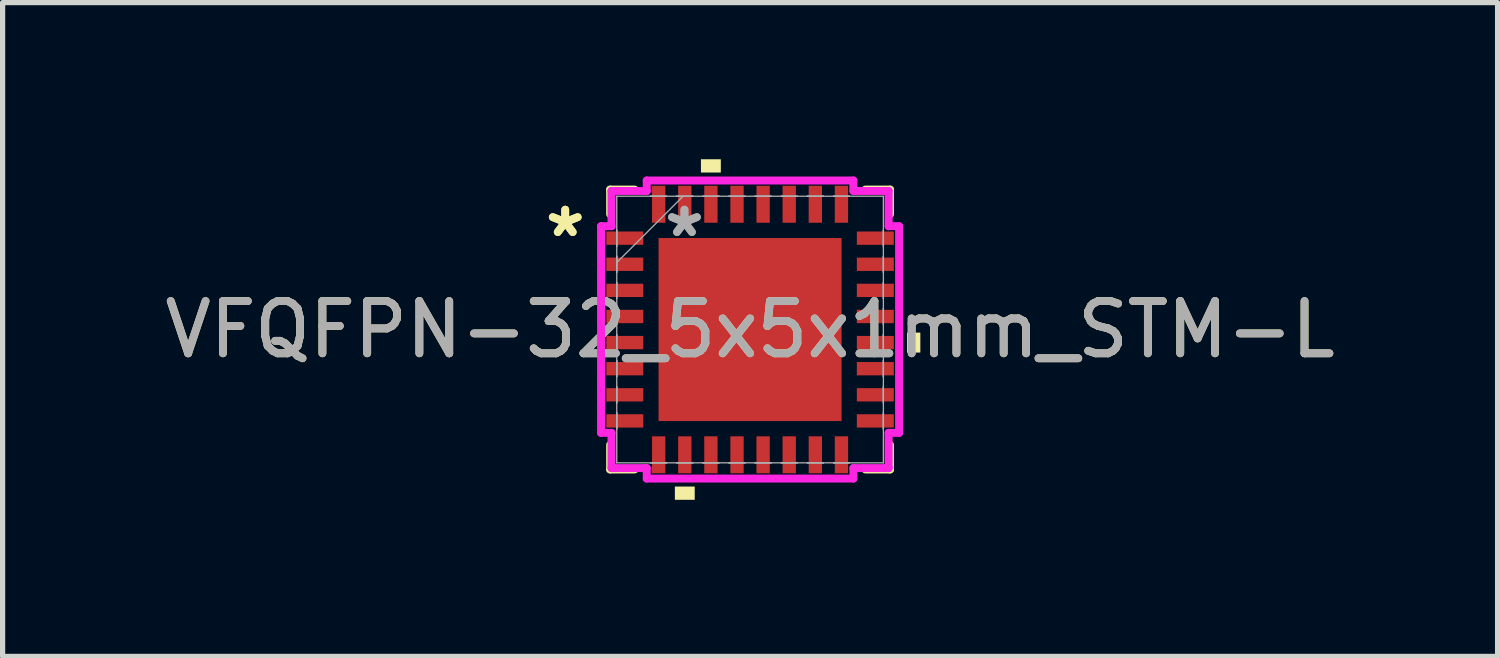
<source format=kicad_pcb>
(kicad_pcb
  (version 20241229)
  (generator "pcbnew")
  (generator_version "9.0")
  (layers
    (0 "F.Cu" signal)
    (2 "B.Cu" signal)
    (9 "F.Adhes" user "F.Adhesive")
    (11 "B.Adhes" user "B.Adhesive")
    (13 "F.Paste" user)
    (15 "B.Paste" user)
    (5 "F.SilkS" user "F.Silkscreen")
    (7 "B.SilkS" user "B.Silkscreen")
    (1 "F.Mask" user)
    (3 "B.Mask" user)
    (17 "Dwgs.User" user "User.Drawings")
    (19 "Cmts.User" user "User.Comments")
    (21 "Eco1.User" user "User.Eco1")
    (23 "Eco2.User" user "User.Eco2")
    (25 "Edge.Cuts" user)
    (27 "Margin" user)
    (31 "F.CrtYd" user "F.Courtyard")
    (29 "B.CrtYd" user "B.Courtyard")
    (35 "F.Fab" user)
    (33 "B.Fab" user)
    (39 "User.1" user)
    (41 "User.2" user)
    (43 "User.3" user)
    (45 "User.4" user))
  (footprint "VFQFPN-32_5x5x1mm_STM-L"
    (layer "F.Cu")
    (at 11.315 3.261)
    (property "Reference" "VFQFPN-32_5x5x1mm_STM-L" (at 0 0 0) (unlocked yes) (layer "F.SilkS") (effects (font (size 1 1) (thickness 0.15))))
    (attr smd)
    (fp_line (start -2.68 -2.68) (end -2.68 -2.21) (stroke (width 0.152) (type solid)) (layer "F.SilkS"))
    (fp_line (start -2.68 2.21) (end -2.68 2.68) (stroke (width 0.152) (type solid)) (layer "F.SilkS"))
    (fp_line (start -2.68 2.68) (end -2.21 2.68) (stroke (width 0.152) (type solid)) (layer "F.SilkS"))
    (fp_line (start -2.21 -2.68) (end -2.68 -2.68) (stroke (width 0.152) (type solid)) (layer "F.SilkS"))
    (fp_line (start 2.21 2.68) (end 2.68 2.68) (stroke (width 0.152) (type solid)) (layer "F.SilkS"))
    (fp_line (start 2.68 -2.68) (end 2.21 -2.68) (stroke (width 0.152) (type solid)) (layer "F.SilkS"))
    (fp_line (start 2.68 -2.21) (end 2.68 -2.68) (stroke (width 0.152) (type solid)) (layer "F.SilkS"))
    (fp_line (start 2.68 2.68) (end 2.68 2.21) (stroke (width 0.152) (type solid)) (layer "F.SilkS"))
    (fp_poly (pts (xy -1.44 3.007) (xy -1.44 3.261) (xy -1.06 3.261) (xy -1.06 3.007)) (stroke (width 0) (type solid)) (fill yes) (layer "F.SilkS"))
    (fp_poly (pts (xy -0.941 -3.007) (xy -0.941 -3.261) (xy -0.56 -3.261) (xy -0.56 -3.007)) (stroke (width 0) (type solid)) (fill yes) (layer "F.SilkS"))
    (fp_poly (pts (xy 3.261 0.059) (xy 3.261 0.441) (xy 3.007 0.441) (xy 3.007 0.059)) (stroke (width 0) (type solid)) (fill yes) (layer "F.SilkS"))
    (fp_line (start -2.854 -1.979) (end -2.654 -1.979) (stroke (width 0.152) (type solid)) (layer "F.CrtYd"))
    (fp_line (start -2.854 1.979) (end -2.854 -1.979) (stroke (width 0.152) (type solid)) (layer "F.CrtYd"))
    (fp_line (start -2.654 -2.654) (end -1.979 -2.654) (stroke (width 0.152) (type solid)) (layer "F.CrtYd"))
    (fp_line (start -2.654 -1.979) (end -2.654 -2.654) (stroke (width 0.152) (type solid)) (layer "F.CrtYd"))
    (fp_line (start -2.654 1.979) (end -2.854 1.979) (stroke (width 0.152) (type solid)) (layer "F.CrtYd"))
    (fp_line (start -2.654 2.654) (end -2.654 1.979) (stroke (width 0.152) (type solid)) (layer "F.CrtYd"))
    (fp_line (start -1.979 -2.854) (end 1.979 -2.854) (stroke (width 0.152) (type solid)) (layer "F.CrtYd"))
    (fp_line (start -1.979 -2.654) (end -1.979 -2.854) (stroke (width 0.152) (type solid)) (layer "F.CrtYd"))
    (fp_line (start -1.979 2.654) (end -2.654 2.654) (stroke (width 0.152) (type solid)) (layer "F.CrtYd"))
    (fp_line (start -1.979 2.854) (end -1.979 2.654) (stroke (width 0.152) (type solid)) (layer "F.CrtYd"))
    (fp_line (start 1.979 -2.854) (end 1.979 -2.654) (stroke (width 0.152) (type solid)) (layer "F.CrtYd"))
    (fp_line (start 1.979 -2.654) (end 2.654 -2.654) (stroke (width 0.152) (type solid)) (layer "F.CrtYd"))
    (fp_line (start 1.979 2.654) (end 1.979 2.854) (stroke (width 0.152) (type solid)) (layer "F.CrtYd"))
    (fp_line (start 1.979 2.854) (end -1.979 2.854) (stroke (width 0.152) (type solid)) (layer "F.CrtYd"))
    (fp_line (start 2.654 -2.654) (end 2.654 -1.979) (stroke (width 0.152) (type solid)) (layer "F.CrtYd"))
    (fp_line (start 2.654 -1.979) (end 2.854 -1.979) (stroke (width 0.152) (type solid)) (layer "F.CrtYd"))
    (fp_line (start 2.654 1.979) (end 2.654 2.654) (stroke (width 0.152) (type solid)) (layer "F.CrtYd"))
    (fp_line (start 2.654 2.654) (end 1.979 2.654) (stroke (width 0.152) (type solid)) (layer "F.CrtYd"))
    (fp_line (start 2.854 -1.979) (end 2.854 1.979) (stroke (width 0.152) (type solid)) (layer "F.CrtYd"))
    (fp_line (start 2.854 1.979) (end 2.654 1.979) (stroke (width 0.152) (type solid)) (layer "F.CrtYd"))
    (fp_line (start -2.553 -2.553) (end -2.553 2.553) (stroke (width 0.025) (type solid)) (layer "F.Fab"))
    (fp_line (start -2.553 -1.902) (end -2.553 -1.902) (stroke (width 0.025) (type solid)) (layer "F.Fab"))
    (fp_line (start -2.553 -1.902) (end -2.553 -1.598) (stroke (width 0.025) (type solid)) (layer "F.Fab"))
    (fp_line (start -2.553 -1.598) (end -2.553 -1.902) (stroke (width 0.025) (type solid)) (layer "F.Fab"))
    (fp_line (start -2.553 -1.598) (end -2.553 -1.598) (stroke (width 0.025) (type solid)) (layer "F.Fab"))
    (fp_line (start -2.553 -1.402) (end -2.553 -1.402) (stroke (width 0.025) (type solid)) (layer "F.Fab"))
    (fp_line (start -2.553 -1.402) (end -2.553 -1.098) (stroke (width 0.025) (type solid)) (layer "F.Fab"))
    (fp_line (start -2.553 -1.283) (end -1.283 -2.553) (stroke (width 0.025) (type solid)) (layer "F.Fab"))
    (fp_line (start -2.553 -1.098) (end -2.553 -1.402) (stroke (width 0.025) (type solid)) (layer "F.Fab"))
    (fp_line (start -2.553 -1.098) (end -2.553 -1.098) (stroke (width 0.025) (type solid)) (layer "F.Fab"))
    (fp_line (start -2.553 -0.902) (end -2.553 -0.902) (stroke (width 0.025) (type solid)) (layer "F.Fab"))
    (fp_line (start -2.553 -0.902) (end -2.553 -0.598) (stroke (width 0.025) (type solid)) (layer "F.Fab"))
    (fp_line (start -2.553 -0.598) (end -2.553 -0.902) (stroke (width 0.025) (type solid)) (layer "F.Fab"))
    (fp_line (start -2.553 -0.598) (end -2.553 -0.598) (stroke (width 0.025) (type solid)) (layer "F.Fab"))
    (fp_line (start -2.553 -0.402) (end -2.553 -0.402) (stroke (width 0.025) (type solid)) (layer "F.Fab"))
    (fp_line (start -2.553 -0.402) (end -2.553 -0.098) (stroke (width 0.025) (type solid)) (layer "F.Fab"))
    (fp_line (start -2.553 -0.098) (end -2.553 -0.402) (stroke (width 0.025) (type solid)) (layer "F.Fab"))
    (fp_line (start -2.553 -0.098) (end -2.553 -0.098) (stroke (width 0.025) (type solid)) (layer "F.Fab"))
    (fp_line (start -2.553 0.098) (end -2.553 0.098) (stroke (width 0.025) (type solid)) (layer "F.Fab"))
    (fp_line (start -2.553 0.098) (end -2.553 0.402) (stroke (width 0.025) (type solid)) (layer "F.Fab"))
    (fp_line (start -2.553 0.402) (end -2.553 0.098) (stroke (width 0.025) (type solid)) (layer "F.Fab"))
    (fp_line (start -2.553 0.402) (end -2.553 0.402) (stroke (width 0.025) (type solid)) (layer "F.Fab"))
    (fp_line (start -2.553 0.598) (end -2.553 0.598) (stroke (width 0.025) (type solid)) (layer "F.Fab"))
    (fp_line (start -2.553 0.598) (end -2.553 0.902) (stroke (width 0.025) (type solid)) (layer "F.Fab"))
    (fp_line (start -2.553 0.902) (end -2.553 0.598) (stroke (width 0.025) (type solid)) (layer "F.Fab"))
    (fp_line (start -2.553 0.902) (end -2.553 0.902) (stroke (width 0.025) (type solid)) (layer "F.Fab"))
    (fp_line (start -2.553 1.098) (end -2.553 1.098) (stroke (width 0.025) (type solid)) (layer "F.Fab"))
    (fp_line (start -2.553 1.098) (end -2.553 1.402) (stroke (width 0.025) (type solid)) (layer "F.Fab"))
    (fp_line (start -2.553 1.402) (end -2.553 1.098) (stroke (width 0.025) (type solid)) (layer "F.Fab"))
    (fp_line (start -2.553 1.402) (end -2.553 1.402) (stroke (width 0.025) (type solid)) (layer "F.Fab"))
    (fp_line (start -2.553 1.598) (end -2.553 1.598) (stroke (width 0.025) (type solid)) (layer "F.Fab"))
    (fp_line (start -2.553 1.598) (end -2.553 1.902) (stroke (width 0.025) (type solid)) (layer "F.Fab"))
    (fp_line (start -2.553 1.902) (end -2.553 1.598) (stroke (width 0.025) (type solid)) (layer "F.Fab"))
    (fp_line (start -2.553 1.902) (end -2.553 1.902) (stroke (width 0.025) (type solid)) (layer "F.Fab"))
    (fp_line (start -2.553 2.553) (end 2.553 2.553) (stroke (width 0.025) (type solid)) (layer "F.Fab"))
    (fp_line (start -1.902 -2.553) (end -1.902 -2.553) (stroke (width 0.025) (type solid)) (layer "F.Fab"))
    (fp_line (start -1.902 -2.553) (end -1.598 -2.553) (stroke (width 0.025) (type solid)) (layer "F.Fab"))
    (fp_line (start -1.902 2.553) (end -1.902 2.553) (stroke (width 0.025) (type solid)) (layer "F.Fab"))
    (fp_line (start -1.902 2.553) (end -1.598 2.553) (stroke (width 0.025) (type solid)) (layer "F.Fab"))
    (fp_line (start -1.598 -2.553) (end -1.902 -2.553) (stroke (width 0.025) (type solid)) (layer "F.Fab"))
    (fp_line (start -1.598 -2.553) (end -1.598 -2.553) (stroke (width 0.025) (type solid)) (layer "F.Fab"))
    (fp_line (start -1.598 2.553) (end -1.902 2.553) (stroke (width 0.025) (type solid)) (layer "F.Fab"))
    (fp_line (start -1.598 2.553) (end -1.598 2.553) (stroke (width 0.025) (type solid)) (layer "F.Fab"))
    (fp_line (start -1.402 -2.553) (end -1.402 -2.553) (stroke (width 0.025) (type solid)) (layer "F.Fab"))
    (fp_line (start -1.402 -2.553) (end -1.098 -2.553) (stroke (width 0.025) (type solid)) (layer "F.Fab"))
    (fp_line (start -1.402 2.553) (end -1.402 2.553) (stroke (width 0.025) (type solid)) (layer "F.Fab"))
    (fp_line (start -1.402 2.553) (end -1.098 2.553) (stroke (width 0.025) (type solid)) (layer "F.Fab"))
    (fp_line (start -1.098 -2.553) (end -1.402 -2.553) (stroke (width 0.025) (type solid)) (layer "F.Fab"))
    (fp_line (start -1.098 -2.553) (end -1.098 -2.553) (stroke (width 0.025) (type solid)) (layer "F.Fab"))
    (fp_line (start -1.098 2.553) (end -1.402 2.553) (stroke (width 0.025) (type solid)) (layer "F.Fab"))
    (fp_line (start -1.098 2.553) (end -1.098 2.553) (stroke (width 0.025) (type solid)) (layer "F.Fab"))
    (fp_line (start -0.902 -2.553) (end -0.902 -2.553) (stroke (width 0.025) (type solid)) (layer "F.Fab"))
    (fp_line (start -0.902 -2.553) (end -0.598 -2.553) (stroke (width 0.025) (type solid)) (layer "F.Fab"))
    (fp_line (start -0.902 2.553) (end -0.902 2.553) (stroke (width 0.025) (type solid)) (layer "F.Fab"))
    (fp_line (start -0.902 2.553) (end -0.598 2.553) (stroke (width 0.025) (type solid)) (layer "F.Fab"))
    (fp_line (start -0.598 -2.553) (end -0.902 -2.553) (stroke (width 0.025) (type solid)) (layer "F.Fab"))
    (fp_line (start -0.598 -2.553) (end -0.598 -2.553) (stroke (width 0.025) (type solid)) (layer "F.Fab"))
    (fp_line (start -0.598 2.553) (end -0.902 2.553) (stroke (width 0.025) (type solid)) (layer "F.Fab"))
    (fp_line (start -0.598 2.553) (end -0.598 2.553) (stroke (width 0.025) (type solid)) (layer "F.Fab"))
    (fp_line (start -0.402 -2.553) (end -0.402 -2.553) (stroke (width 0.025) (type solid)) (layer "F.Fab"))
    (fp_line (start -0.402 -2.553) (end -0.098 -2.553) (stroke (width 0.025) (type solid)) (layer "F.Fab"))
    (fp_line (start -0.402 2.553) (end -0.402 2.553) (stroke (width 0.025) (type solid)) (layer "F.Fab"))
    (fp_line (start -0.402 2.553) (end -0.098 2.553) (stroke (width 0.025) (type solid)) (layer "F.Fab"))
    (fp_line (start -0.098 -2.553) (end -0.402 -2.553) (stroke (width 0.025) (type solid)) (layer "F.Fab"))
    (fp_line (start -0.098 -2.553) (end -0.098 -2.553) (stroke (width 0.025) (type solid)) (layer "F.Fab"))
    (fp_line (start -0.098 2.553) (end -0.402 2.553) (stroke (width 0.025) (type solid)) (layer "F.Fab"))
    (fp_line (start -0.098 2.553) (end -0.098 2.553) (stroke (width 0.025) (type solid)) (layer "F.Fab"))
    (fp_line (start 0.098 -2.553) (end 0.098 -2.553) (stroke (width 0.025) (type solid)) (layer "F.Fab"))
    (fp_line (start 0.098 -2.553) (end 0.402 -2.553) (stroke (width 0.025) (type solid)) (layer "F.Fab"))
    (fp_line (start 0.098 2.553) (end 0.098 2.553) (stroke (width 0.025) (type solid)) (layer "F.Fab"))
    (fp_line (start 0.098 2.553) (end 0.402 2.553) (stroke (width 0.025) (type solid)) (layer "F.Fab"))
    (fp_line (start 0.402 -2.553) (end 0.098 -2.553) (stroke (width 0.025) (type solid)) (layer "F.Fab"))
    (fp_line (start 0.402 -2.553) (end 0.402 -2.553) (stroke (width 0.025) (type solid)) (layer "F.Fab"))
    (fp_line (start 0.402 2.553) (end 0.098 2.553) (stroke (width 0.025) (type solid)) (layer "F.Fab"))
    (fp_line (start 0.402 2.553) (end 0.402 2.553) (stroke (width 0.025) (type solid)) (layer "F.Fab"))
    (fp_line (start 0.598 -2.553) (end 0.598 -2.553) (stroke (width 0.025) (type solid)) (layer "F.Fab"))
    (fp_line (start 0.598 -2.553) (end 0.902 -2.553) (stroke (width 0.025) (type solid)) (layer "F.Fab"))
    (fp_line (start 0.598 2.553) (end 0.598 2.553) (stroke (width 0.025) (type solid)) (layer "F.Fab"))
    (fp_line (start 0.598 2.553) (end 0.902 2.553) (stroke (width 0.025) (type solid)) (layer "F.Fab"))
    (fp_line (start 0.902 -2.553) (end 0.598 -2.553) (stroke (width 0.025) (type solid)) (layer "F.Fab"))
    (fp_line (start 0.902 -2.553) (end 0.902 -2.553) (stroke (width 0.025) (type solid)) (layer "F.Fab"))
    (fp_line (start 0.902 2.553) (end 0.598 2.553) (stroke (width 0.025) (type solid)) (layer "F.Fab"))
    (fp_line (start 0.902 2.553) (end 0.902 2.553) (stroke (width 0.025) (type solid)) (layer "F.Fab"))
    (fp_line (start 1.098 -2.553) (end 1.098 -2.553) (stroke (width 0.025) (type solid)) (layer "F.Fab"))
    (fp_line (start 1.098 -2.553) (end 1.402 -2.553) (stroke (width 0.025) (type solid)) (layer "F.Fab"))
    (fp_line (start 1.098 2.553) (end 1.098 2.553) (stroke (width 0.025) (type solid)) (layer "F.Fab"))
    (fp_line (start 1.098 2.553) (end 1.402 2.553) (stroke (width 0.025) (type solid)) (layer "F.Fab"))
    (fp_line (start 1.402 -2.553) (end 1.098 -2.553) (stroke (width 0.025) (type solid)) (layer "F.Fab"))
    (fp_line (start 1.402 -2.553) (end 1.402 -2.553) (stroke (width 0.025) (type solid)) (layer "F.Fab"))
    (fp_line (start 1.402 2.553) (end 1.098 2.553) (stroke (width 0.025) (type solid)) (layer "F.Fab"))
    (fp_line (start 1.402 2.553) (end 1.402 2.553) (stroke (width 0.025) (type solid)) (layer "F.Fab"))
    (fp_line (start 1.598 -2.553) (end 1.598 -2.553) (stroke (width 0.025) (type solid)) (layer "F.Fab"))
    (fp_line (start 1.598 -2.553) (end 1.902 -2.553) (stroke (width 0.025) (type solid)) (layer "F.Fab"))
    (fp_line (start 1.598 2.553) (end 1.598 2.553) (stroke (width 0.025) (type solid)) (layer "F.Fab"))
    (fp_line (start 1.598 2.553) (end 1.902 2.553) (stroke (width 0.025) (type solid)) (layer "F.Fab"))
    (fp_line (start 1.902 -2.553) (end 1.598 -2.553) (stroke (width 0.025) (type solid)) (layer "F.Fab"))
    (fp_line (start 1.902 -2.553) (end 1.902 -2.553) (stroke (width 0.025) (type solid)) (layer "F.Fab"))
    (fp_line (start 1.902 2.553) (end 1.598 2.553) (stroke (width 0.025) (type solid)) (layer "F.Fab"))
    (fp_line (start 1.902 2.553) (end 1.902 2.553) (stroke (width 0.025) (type solid)) (layer "F.Fab"))
    (fp_line (start 2.553 -2.553) (end -2.553 -2.553) (stroke (width 0.025) (type solid)) (layer "F.Fab"))
    (fp_line (start 2.553 -1.902) (end 2.553 -1.902) (stroke (width 0.025) (type solid)) (layer "F.Fab"))
    (fp_line (start 2.553 -1.902) (end 2.553 -1.598) (stroke (width 0.025) (type solid)) (layer "F.Fab"))
    (fp_line (start 2.553 -1.598) (end 2.553 -1.902) (stroke (width 0.025) (type solid)) (layer "F.Fab"))
    (fp_line (start 2.553 -1.598) (end 2.553 -1.598) (stroke (width 0.025) (type solid)) (layer "F.Fab"))
    (fp_line (start 2.553 -1.402) (end 2.553 -1.402) (stroke (width 0.025) (type solid)) (layer "F.Fab"))
    (fp_line (start 2.553 -1.402) (end 2.553 -1.098) (stroke (width 0.025) (type solid)) (layer "F.Fab"))
    (fp_line (start 2.553 -1.098) (end 2.553 -1.402) (stroke (width 0.025) (type solid)) (layer "F.Fab"))
    (fp_line (start 2.553 -1.098) (end 2.553 -1.098) (stroke (width 0.025) (type solid)) (layer "F.Fab"))
    (fp_line (start 2.553 -0.902) (end 2.553 -0.902) (stroke (width 0.025) (type solid)) (layer "F.Fab"))
    (fp_line (start 2.553 -0.902) (end 2.553 -0.598) (stroke (width 0.025) (type solid)) (layer "F.Fab"))
    (fp_line (start 2.553 -0.598) (end 2.553 -0.902) (stroke (width 0.025) (type solid)) (layer "F.Fab"))
    (fp_line (start 2.553 -0.598) (end 2.553 -0.598) (stroke (width 0.025) (type solid)) (layer "F.Fab"))
    (fp_line (start 2.553 -0.402) (end 2.553 -0.402) (stroke (width 0.025) (type solid)) (layer "F.Fab"))
    (fp_line (start 2.553 -0.402) (end 2.553 -0.098) (stroke (width 0.025) (type solid)) (layer "F.Fab"))
    (fp_line (start 2.553 -0.098) (end 2.553 -0.402) (stroke (width 0.025) (type solid)) (layer "F.Fab"))
    (fp_line (start 2.553 -0.098) (end 2.553 -0.098) (stroke (width 0.025) (type solid)) (layer "F.Fab"))
    (fp_line (start 2.553 0.098) (end 2.553 0.098) (stroke (width 0.025) (type solid)) (layer "F.Fab"))
    (fp_line (start 2.553 0.098) (end 2.553 0.402) (stroke (width 0.025) (type solid)) (layer "F.Fab"))
    (fp_line (start 2.553 0.402) (end 2.553 0.098) (stroke (width 0.025) (type solid)) (layer "F.Fab"))
    (fp_line (start 2.553 0.402) (end 2.553 0.402) (stroke (width 0.025) (type solid)) (layer "F.Fab"))
    (fp_line (start 2.553 0.598) (end 2.553 0.598) (stroke (width 0.025) (type solid)) (layer "F.Fab"))
    (fp_line (start 2.553 0.598) (end 2.553 0.902) (stroke (width 0.025) (type solid)) (layer "F.Fab"))
    (fp_line (start 2.553 0.902) (end 2.553 0.598) (stroke (width 0.025) (type solid)) (layer "F.Fab"))
    (fp_line (start 2.553 0.902) (end 2.553 0.902) (stroke (width 0.025) (type solid)) (layer "F.Fab"))
    (fp_line (start 2.553 1.098) (end 2.553 1.098) (stroke (width 0.025) (type solid)) (layer "F.Fab"))
    (fp_line (start 2.553 1.098) (end 2.553 1.402) (stroke (width 0.025) (type solid)) (layer "F.Fab"))
    (fp_line (start 2.553 1.402) (end 2.553 1.098) (stroke (width 0.025) (type solid)) (layer "F.Fab"))
    (fp_line (start 2.553 1.402) (end 2.553 1.402) (stroke (width 0.025) (type solid)) (layer "F.Fab"))
    (fp_line (start 2.553 1.598) (end 2.553 1.598) (stroke (width 0.025) (type solid)) (layer "F.Fab"))
    (fp_line (start 2.553 1.598) (end 2.553 1.902) (stroke (width 0.025) (type solid)) (layer "F.Fab"))
    (fp_line (start 2.553 1.902) (end 2.553 1.598) (stroke (width 0.025) (type solid)) (layer "F.Fab"))
    (fp_line (start 2.553 1.902) (end 2.553 1.902) (stroke (width 0.025) (type solid)) (layer "F.Fab"))
    (fp_line (start 2.553 2.553) (end 2.553 -2.553) (stroke (width 0.025) (type solid)) (layer "F.Fab"))
    (fp_text user "*" (at -3.54 -1.75 0) (unlocked yes) (layer "F.SilkS") (effects (font (size 1 1) (thickness 0.15))))
    (fp_text user "*" (at -3.54 -1.75 0) (layer "F.SilkS") (effects (font (size 1 1) (thickness 0.15))))
    (fp_text user "*" (at -1.257 -1.75 0) (unlocked yes) (layer "F.Fab") (effects (font (size 1 1) (thickness 0.15))))
    (fp_text user "*" (at -1.257 -1.75 0) (layer "F.Fab") (effects (font (size 1 1) (thickness 0.15))))
    (fp_text user "${REFERENCE}" (at 0 0 0) (unlocked yes) (layer "F.Fab") (effects (font (size 1 1) (thickness 0.15))))
    (pad "1" smd rect (at -2.399 -1.75 90) (size 0.255 0.708) (layers "F.Cu" "F.Mask" "F.Paste"))
    (pad "2" smd rect (at -2.399 -1.25 90) (size 0.255 0.708) (layers "F.Cu" "F.Mask" "F.Paste"))
    (pad "3" smd rect (at -2.399 -0.75 90) (size 0.255 0.708) (layers "F.Cu" "F.Mask" "F.Paste"))
    (pad "4" smd rect (at -2.399 -0.25 90) (size 0.255 0.708) (layers "F.Cu" "F.Mask" "F.Paste"))
    (pad "5" smd rect (at -2.399 0.25 90) (size 0.255 0.708) (layers "F.Cu" "F.Mask" "F.Paste"))
    (pad "6" smd rect (at -2.399 0.75 90) (size 0.255 0.708) (layers "F.Cu" "F.Mask" "F.Paste"))
    (pad "7" smd rect (at -2.399 1.25 90) (size 0.255 0.708) (layers "F.Cu" "F.Mask" "F.Paste"))
    (pad "8" smd rect (at -2.399 1.75 90) (size 0.255 0.708) (layers "F.Cu" "F.Mask" "F.Paste"))
    (pad "9" smd rect (at -1.75 2.399) (size 0.255 0.708) (layers "F.Cu" "F.Mask" "F.Paste"))
    (pad "10" smd rect (at -1.25 2.399) (size 0.255 0.708) (layers "F.Cu" "F.Mask" "F.Paste"))
    (pad "11" smd rect (at -0.75 2.399) (size 0.255 0.708) (layers "F.Cu" "F.Mask" "F.Paste"))
    (pad "12" smd rect (at -0.25 2.399) (size 0.255 0.708) (layers "F.Cu" "F.Mask" "F.Paste"))
    (pad "13" smd rect (at 0.25 2.399) (size 0.255 0.708) (layers "F.Cu" "F.Mask" "F.Paste"))
    (pad "14" smd rect (at 0.75 2.399) (size 0.255 0.708) (layers "F.Cu" "F.Mask" "F.Paste"))
    (pad "15" smd rect (at 1.25 2.399) (size 0.255 0.708) (layers "F.Cu" "F.Mask" "F.Paste"))
    (pad "16" smd rect (at 1.75 2.399) (size 0.255 0.708) (layers "F.Cu" "F.Mask" "F.Paste"))
    (pad "17" smd rect (at 2.399 1.75 90) (size 0.255 0.708) (layers "F.Cu" "F.Mask" "F.Paste"))
    (pad "18" smd rect (at 2.399 1.25 90) (size 0.255 0.708) (layers "F.Cu" "F.Mask" "F.Paste"))
    (pad "19" smd rect (at 2.399 0.75 90) (size 0.255 0.708) (layers "F.Cu" "F.Mask" "F.Paste"))
    (pad "20" smd rect (at 2.399 0.25 90) (size 0.255 0.708) (layers "F.Cu" "F.Mask" "F.Paste"))
    (pad "21" smd rect (at 2.399 -0.25 90) (size 0.255 0.708) (layers "F.Cu" "F.Mask" "F.Paste"))
    (pad "22" smd rect (at 2.399 -0.75 90) (size 0.255 0.708) (layers "F.Cu" "F.Mask" "F.Paste"))
    (pad "23" smd rect (at 2.399 -1.25 90) (size 0.255 0.708) (layers "F.Cu" "F.Mask" "F.Paste"))
    (pad "24" smd rect (at 2.399 -1.75 90) (size 0.255 0.708) (layers "F.Cu" "F.Mask" "F.Paste"))
    (pad "25" smd rect (at 1.75 -2.399) (size 0.255 0.708) (layers "F.Cu" "F.Mask" "F.Paste"))
    (pad "26" smd rect (at 1.25 -2.399) (size 0.255 0.708) (layers "F.Cu" "F.Mask" "F.Paste"))
    (pad "27" smd rect (at 0.75 -2.399) (size 0.255 0.708) (layers "F.Cu" "F.Mask" "F.Paste"))
    (pad "28" smd rect (at 0.25 -2.399) (size 0.255 0.708) (layers "F.Cu" "F.Mask" "F.Paste"))
    (pad "29" smd rect (at -0.25 -2.399) (size 0.255 0.708) (layers "F.Cu" "F.Mask" "F.Paste"))
    (pad "30" smd rect (at -0.75 -2.399) (size 0.255 0.708) (layers "F.Cu" "F.Mask" "F.Paste"))
    (pad "31" smd rect (at -1.25 -2.399) (size 0.255 0.708) (layers "F.Cu" "F.Mask" "F.Paste"))
    (pad "32" smd rect (at -1.75 -2.399) (size 0.255 0.708) (layers "F.Cu" "F.Mask" "F.Paste"))
    (pad "33" smd rect (at 0 0) (size 3.505 3.505) (layers "F.Cu" "F.Mask" "F.Paste")))
  (gr_rect
    (start -3 -3)
    (end 25.631 9.521)
    (stroke (width 0.1) (type default))
    (fill no)
    (layer "Edge.Cuts")))
</source>
